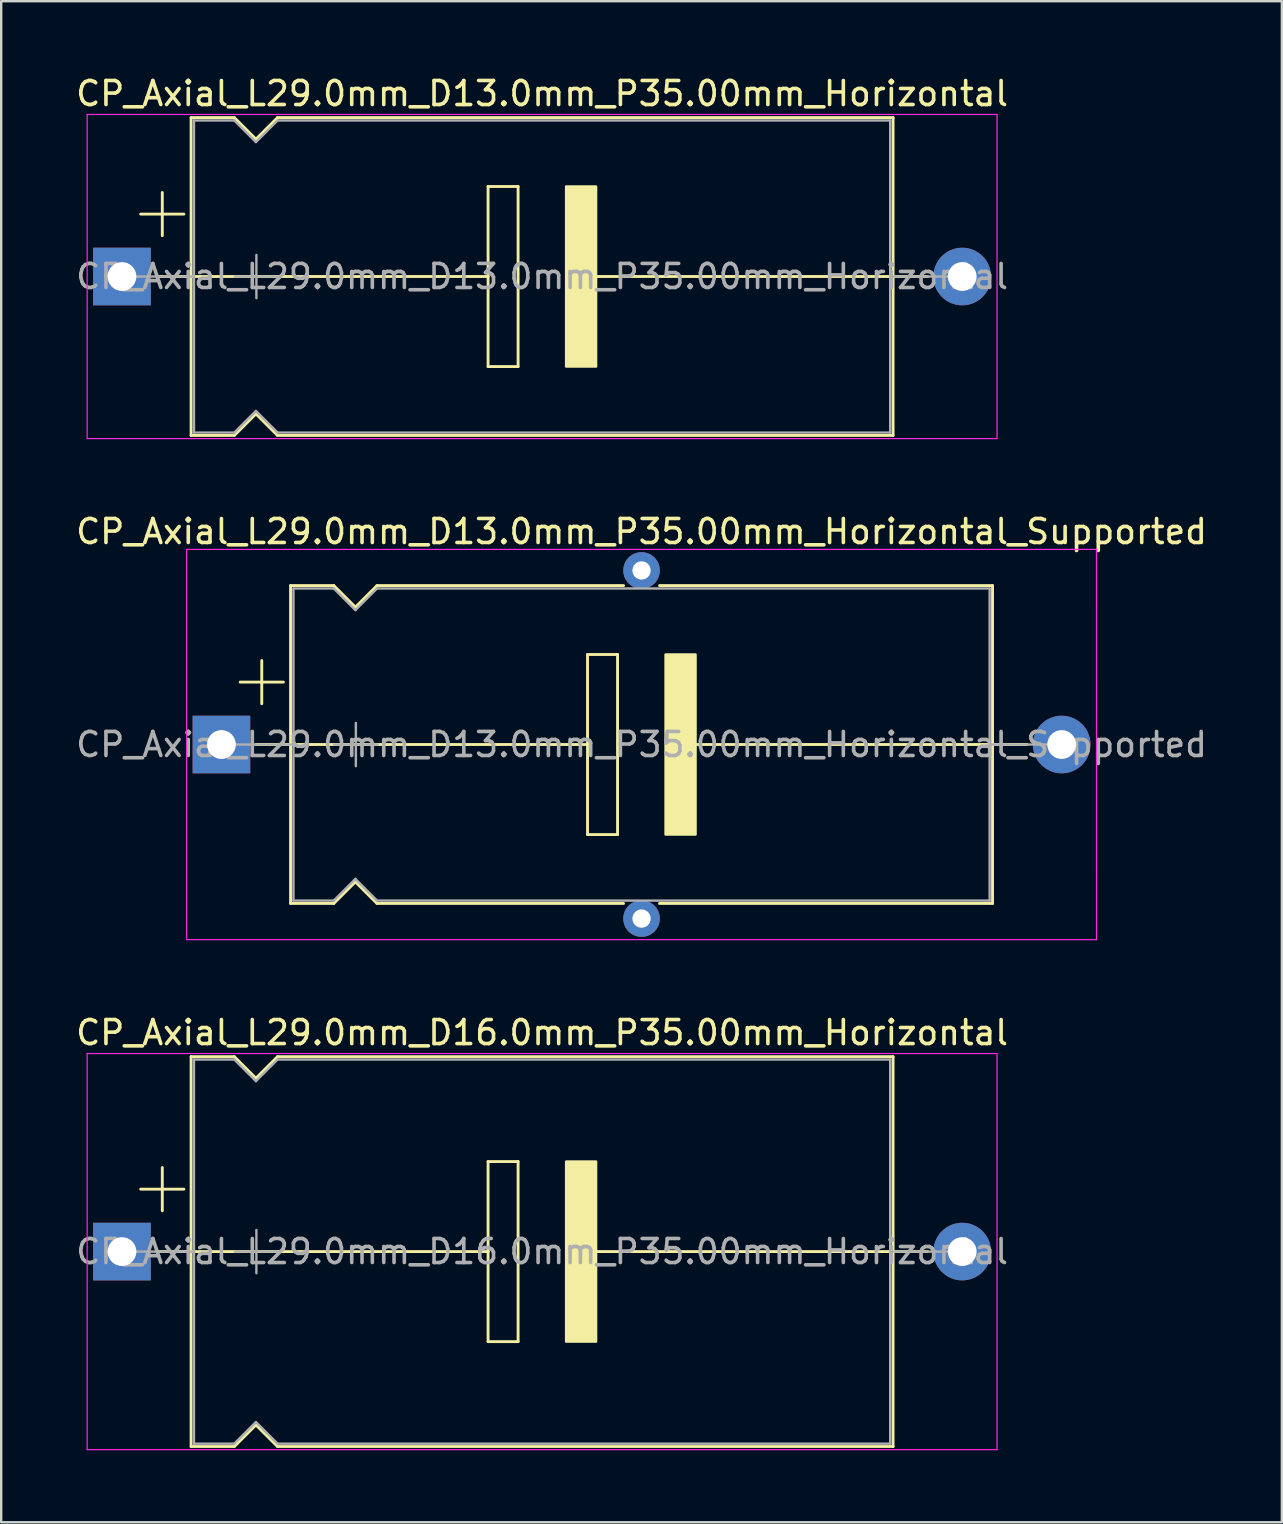
<source format=kicad_pcb>
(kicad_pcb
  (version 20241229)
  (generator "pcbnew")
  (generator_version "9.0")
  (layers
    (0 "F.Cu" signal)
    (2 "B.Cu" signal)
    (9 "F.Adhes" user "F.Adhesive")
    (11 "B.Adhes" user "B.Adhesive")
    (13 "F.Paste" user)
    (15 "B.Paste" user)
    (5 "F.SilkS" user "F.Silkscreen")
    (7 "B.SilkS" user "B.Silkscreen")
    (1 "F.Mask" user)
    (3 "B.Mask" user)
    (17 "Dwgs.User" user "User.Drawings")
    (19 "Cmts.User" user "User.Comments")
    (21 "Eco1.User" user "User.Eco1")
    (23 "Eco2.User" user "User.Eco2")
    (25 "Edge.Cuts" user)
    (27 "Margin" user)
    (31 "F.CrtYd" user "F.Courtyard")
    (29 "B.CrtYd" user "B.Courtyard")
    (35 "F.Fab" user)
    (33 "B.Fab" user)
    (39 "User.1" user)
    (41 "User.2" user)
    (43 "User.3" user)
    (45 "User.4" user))
  (footprint "CP_Axial_L29.0mm_D13.0mm_P35.00mm_Horizontal"
    (layer "F.Cu")
    (at 2.03 8.468)
    (property "Reference" "CP_Axial_L29.0mm_D13.0mm_P35.00mm_Horizontal" (at 17.5 -7.62 0) (layer "F.SilkS") (effects (font (size 1 1) (thickness 0.15))))
    (attr through_hole)
    (fp_line (start 0.78 -2.6) (end 2.58 -2.6) (stroke (width 0.12) (type solid)) (layer "F.SilkS"))
    (fp_line (start 1.44 0) (end 2.88 0) (stroke (width 0.12) (type solid)) (layer "F.SilkS"))
    (fp_line (start 1.68 -3.5) (end 1.68 -1.7) (stroke (width 0.12) (type solid)) (layer "F.SilkS"))
    (fp_line (start 2.88 -6.62) (end 2.88 6.62) (stroke (width 0.12) (type solid)) (layer "F.SilkS"))
    (fp_line (start 2.88 -6.62) (end 4.68 -6.62) (stroke (width 0.12) (type solid)) (layer "F.SilkS"))
    (fp_line (start 2.88 0) (end 15.25 0) (stroke (width 0.12) (type solid)) (layer "F.SilkS"))
    (fp_line (start 2.88 6.62) (end 4.68 6.62) (stroke (width 0.12) (type solid)) (layer "F.SilkS"))
    (fp_line (start 4.68 -6.62) (end 5.58 -5.72) (stroke (width 0.12) (type solid)) (layer "F.SilkS"))
    (fp_line (start 4.68 6.62) (end 5.58 5.72) (stroke (width 0.12) (type solid)) (layer "F.SilkS"))
    (fp_line (start 5.58 -5.72) (end 6.48 -6.62) (stroke (width 0.12) (type solid)) (layer "F.SilkS"))
    (fp_line (start 5.58 5.72) (end 6.48 6.62) (stroke (width 0.12) (type solid)) (layer "F.SilkS"))
    (fp_line (start 6.48 -6.62) (end 32.12 -6.62) (stroke (width 0.12) (type solid)) (layer "F.SilkS"))
    (fp_line (start 6.48 6.62) (end 32.12 6.62) (stroke (width 0.12) (type solid)) (layer "F.SilkS"))
    (fp_line (start 15.25 -3.75) (end 16.5 -3.75) (stroke (width 0.12) (type solid)) (layer "F.SilkS"))
    (fp_line (start 15.25 0) (end 15.25 -3.75) (stroke (width 0.12) (type solid)) (layer "F.SilkS"))
    (fp_line (start 15.25 3.75) (end 15.25 0) (stroke (width 0.12) (type solid)) (layer "F.SilkS"))
    (fp_line (start 16.5 -3.75) (end 16.5 3.75) (stroke (width 0.12) (type solid)) (layer "F.SilkS"))
    (fp_line (start 16.5 3.75) (end 15.25 3.75) (stroke (width 0.12) (type solid)) (layer "F.SilkS"))
    (fp_line (start 19.75 0) (end 32.12 0) (stroke (width 0.12) (type solid)) (layer "F.SilkS"))
    (fp_line (start 32.12 -6.62) (end 32.12 6.62) (stroke (width 0.12) (type solid)) (layer "F.SilkS"))
    (fp_line (start 33.56 0) (end 32.12 0) (stroke (width 0.12) (type solid)) (layer "F.SilkS"))
    (fp_poly (pts (xy 19.75 3.75) (xy 18.5 3.75) (xy 18.5 -3.75) (xy 19.75 -3.75)) (stroke (width 0.1) (type solid)) (fill yes) (layer "F.SilkS"))
    (fp_line (start -1.45 -6.75) (end -1.45 6.75) (stroke (width 0.05) (type solid)) (layer "F.CrtYd"))
    (fp_line (start -1.45 6.75) (end 36.45 6.75) (stroke (width 0.05) (type solid)) (layer "F.CrtYd"))
    (fp_line (start 36.45 -6.75) (end -1.45 -6.75) (stroke (width 0.05) (type solid)) (layer "F.CrtYd"))
    (fp_line (start 36.45 6.75) (end 36.45 -6.75) (stroke (width 0.05) (type solid)) (layer "F.CrtYd"))
    (fp_line (start 0 0) (end 3 0) (stroke (width 0.1) (type solid)) (layer "F.Fab"))
    (fp_line (start 3 -6.5) (end 3 6.5) (stroke (width 0.1) (type solid)) (layer "F.Fab"))
    (fp_line (start 3 -6.5) (end 4.68 -6.5) (stroke (width 0.1) (type solid)) (layer "F.Fab"))
    (fp_line (start 3 6.5) (end 4.68 6.5) (stroke (width 0.1) (type solid)) (layer "F.Fab"))
    (fp_line (start 4.68 -6.5) (end 5.58 -5.6) (stroke (width 0.1) (type solid)) (layer "F.Fab"))
    (fp_line (start 4.68 6.5) (end 5.58 5.6) (stroke (width 0.1) (type solid)) (layer "F.Fab"))
    (fp_line (start 4.7 0) (end 6.5 0) (stroke (width 0.1) (type solid)) (layer "F.Fab"))
    (fp_line (start 5.58 -5.6) (end 6.48 -6.5) (stroke (width 0.1) (type solid)) (layer "F.Fab"))
    (fp_line (start 5.58 5.6) (end 6.48 6.5) (stroke (width 0.1) (type solid)) (layer "F.Fab"))
    (fp_line (start 5.6 -0.9) (end 5.6 0.9) (stroke (width 0.1) (type solid)) (layer "F.Fab"))
    (fp_line (start 6.48 -6.5) (end 32 -6.5) (stroke (width 0.1) (type solid)) (layer "F.Fab"))
    (fp_line (start 6.48 6.5) (end 32 6.5) (stroke (width 0.1) (type solid)) (layer "F.Fab"))
    (fp_line (start 32 -6.5) (end 32 6.5) (stroke (width 0.1) (type solid)) (layer "F.Fab"))
    (fp_line (start 35 0) (end 32 0) (stroke (width 0.1) (type solid)) (layer "F.Fab"))
    (fp_text user "${REFERENCE}" (at 17.5 0 0) (layer "F.Fab") (effects (font (size 1 1) (thickness 0.15))))
    (pad "1" thru_hole rect (at 0 0) (size 2.4 2.4) (drill 1.2) (layers "*.Cu" "*.Mask"))
    (pad "2" thru_hole oval (at 35 0) (size 2.4 2.4) (drill 1.2) (layers "*.Cu" "*.Mask")))
  (footprint "CP_Axial_L29.0mm_D13.0mm_P35.00mm_Horizontal_Supported"
    (layer "F.Cu")
    (at 6.173 27.962)
    (property "Reference" "CP_Axial_L29.0mm_D13.0mm_P35.00mm_Horizontal_Supported" (at 17.5 -8.87 0) (layer "F.SilkS") (effects (font (size 1 1) (thickness 0.15))))
    (attr through_hole)
    (fp_line (start 0.78 -2.6) (end 2.58 -2.6) (stroke (width 0.12) (type solid)) (layer "F.SilkS"))
    (fp_line (start 1.44 0) (end 2.88 0) (stroke (width 0.12) (type solid)) (layer "F.SilkS"))
    (fp_line (start 1.68 -3.5) (end 1.68 -1.7) (stroke (width 0.12) (type solid)) (layer "F.SilkS"))
    (fp_line (start 2.88 -6.62) (end 2.88 6.62) (stroke (width 0.12) (type solid)) (layer "F.SilkS"))
    (fp_line (start 2.88 -6.62) (end 4.68 -6.62) (stroke (width 0.12) (type solid)) (layer "F.SilkS"))
    (fp_line (start 2.88 0) (end 15.25 0) (stroke (width 0.12) (type solid)) (layer "F.SilkS"))
    (fp_line (start 2.88 6.62) (end 4.68 6.62) (stroke (width 0.12) (type solid)) (layer "F.SilkS"))
    (fp_line (start 4.68 -6.62) (end 5.58 -5.72) (stroke (width 0.12) (type solid)) (layer "F.SilkS"))
    (fp_line (start 4.68 6.62) (end 5.58 5.72) (stroke (width 0.12) (type solid)) (layer "F.SilkS"))
    (fp_line (start 5.58 -5.72) (end 6.48 -6.62) (stroke (width 0.12) (type solid)) (layer "F.SilkS"))
    (fp_line (start 5.58 5.72) (end 6.48 6.62) (stroke (width 0.12) (type solid)) (layer "F.SilkS"))
    (fp_line (start 6.48 -6.62) (end 16.75 -6.62) (stroke (width 0.12) (type solid)) (layer "F.SilkS"))
    (fp_line (start 6.48 6.62) (end 16.75 6.62) (stroke (width 0.12) (type solid)) (layer "F.SilkS"))
    (fp_line (start 15.25 -3.75) (end 16.5 -3.75) (stroke (width 0.12) (type solid)) (layer "F.SilkS"))
    (fp_line (start 15.25 0) (end 15.25 -3.75) (stroke (width 0.12) (type solid)) (layer "F.SilkS"))
    (fp_line (start 15.25 3.75) (end 15.25 0) (stroke (width 0.12) (type solid)) (layer "F.SilkS"))
    (fp_line (start 16.5 -3.75) (end 16.5 3.75) (stroke (width 0.12) (type solid)) (layer "F.SilkS"))
    (fp_line (start 16.5 3.75) (end 15.25 3.75) (stroke (width 0.12) (type solid)) (layer "F.SilkS"))
    (fp_line (start 18.25 -6.62) (end 32.12 -6.62) (stroke (width 0.12) (type solid)) (layer "F.SilkS"))
    (fp_line (start 18.25 6.62) (end 32.12 6.62) (stroke (width 0.12) (type solid)) (layer "F.SilkS"))
    (fp_line (start 19.75 0) (end 32.12 0) (stroke (width 0.12) (type solid)) (layer "F.SilkS"))
    (fp_line (start 32.12 -6.62) (end 32.12 6.62) (stroke (width 0.12) (type solid)) (layer "F.SilkS"))
    (fp_line (start 33.56 0) (end 32.12 0) (stroke (width 0.12) (type solid)) (layer "F.SilkS"))
    (fp_poly (pts (xy 19.75 3.75) (xy 18.5 3.75) (xy 18.5 -3.75) (xy 19.75 -3.75)) (stroke (width 0.1) (type solid)) (fill yes) (layer "F.SilkS"))
    (fp_line (start -1.45 -8.128) (end -1.45 8.128) (stroke (width 0.05) (type solid)) (layer "F.CrtYd"))
    (fp_line (start -1.45 8.128) (end 36.45 8.128) (stroke (width 0.05) (type solid)) (layer "F.CrtYd"))
    (fp_line (start 36.45 -8.128) (end -1.45 -8.128) (stroke (width 0.05) (type solid)) (layer "F.CrtYd"))
    (fp_line (start 36.45 8.128) (end 36.449 -8.128) (stroke (width 0.05) (type solid)) (layer "F.CrtYd"))
    (fp_line (start 0 0) (end 3 0) (stroke (width 0.1) (type solid)) (layer "F.Fab"))
    (fp_line (start 3 -6.5) (end 3 6.5) (stroke (width 0.1) (type solid)) (layer "F.Fab"))
    (fp_line (start 3 -6.5) (end 4.68 -6.5) (stroke (width 0.1) (type solid)) (layer "F.Fab"))
    (fp_line (start 3 6.5) (end 4.68 6.5) (stroke (width 0.1) (type solid)) (layer "F.Fab"))
    (fp_line (start 4.68 -6.5) (end 5.58 -5.6) (stroke (width 0.1) (type solid)) (layer "F.Fab"))
    (fp_line (start 4.68 6.5) (end 5.58 5.6) (stroke (width 0.1) (type solid)) (layer "F.Fab"))
    (fp_line (start 4.7 0) (end 6.5 0) (stroke (width 0.1) (type solid)) (layer "F.Fab"))
    (fp_line (start 5.58 -5.6) (end 6.48 -6.5) (stroke (width 0.1) (type solid)) (layer "F.Fab"))
    (fp_line (start 5.58 5.6) (end 6.48 6.5) (stroke (width 0.1) (type solid)) (layer "F.Fab"))
    (fp_line (start 5.6 -0.9) (end 5.6 0.9) (stroke (width 0.1) (type solid)) (layer "F.Fab"))
    (fp_line (start 6.48 -6.5) (end 32 -6.5) (stroke (width 0.1) (type solid)) (layer "F.Fab"))
    (fp_line (start 6.48 6.5) (end 32 6.5) (stroke (width 0.1) (type solid)) (layer "F.Fab"))
    (fp_line (start 32 -6.5) (end 32 6.5) (stroke (width 0.1) (type solid)) (layer "F.Fab"))
    (fp_line (start 35 0) (end 32 0) (stroke (width 0.1) (type solid)) (layer "F.Fab"))
    (fp_text user "${REFERENCE}" (at 17.5 0 0) (layer "F.Fab") (effects (font (size 1 1) (thickness 0.15))))
    (pad "" thru_hole circle (at 17.5 -7.25) (size 1.524 1.524) (drill 0.762) (layers "*.Cu" "*.Mask"))
    (pad "" thru_hole circle (at 17.5 7.25) (size 1.524 1.524) (drill 0.762) (layers "*.Cu" "*.Mask"))
    (pad "1" thru_hole rect (at 0 0) (size 2.4 2.4) (drill 1.2) (layers "*.Cu" "*.Mask"))
    (pad "2" thru_hole oval (at 35 0) (size 2.4 2.4) (drill 1.2) (layers "*.Cu" "*.Mask")))
  (footprint "CP_Axial_L29.0mm_D16.0mm_P35.00mm_Horizontal"
    (layer "F.Cu")
    (at 2.03 49.083)
    (property "Reference" "CP_Axial_L29.0mm_D16.0mm_P35.00mm_Horizontal" (at 17.5 -9.12 0) (layer "F.SilkS") (effects (font (size 1 1) (thickness 0.15))))
    (attr through_hole)
    (fp_line (start 0.78 -2.6) (end 2.58 -2.6) (stroke (width 0.12) (type solid)) (layer "F.SilkS"))
    (fp_line (start 1.44 0) (end 2.88 0) (stroke (width 0.12) (type solid)) (layer "F.SilkS"))
    (fp_line (start 1.68 -3.5) (end 1.68 -1.7) (stroke (width 0.12) (type solid)) (layer "F.SilkS"))
    (fp_line (start 2.88 -8.12) (end 2.88 8.12) (stroke (width 0.12) (type solid)) (layer "F.SilkS"))
    (fp_line (start 2.88 -8.12) (end 4.68 -8.12) (stroke (width 0.12) (type solid)) (layer "F.SilkS"))
    (fp_line (start 2.88 0) (end 15.25 0) (stroke (width 0.12) (type solid)) (layer "F.SilkS"))
    (fp_line (start 2.88 8.12) (end 4.68 8.12) (stroke (width 0.12) (type solid)) (layer "F.SilkS"))
    (fp_line (start 4.68 -8.12) (end 5.58 -7.22) (stroke (width 0.12) (type solid)) (layer "F.SilkS"))
    (fp_line (start 4.68 8.12) (end 5.58 7.22) (stroke (width 0.12) (type solid)) (layer "F.SilkS"))
    (fp_line (start 5.58 -7.22) (end 6.48 -8.12) (stroke (width 0.12) (type solid)) (layer "F.SilkS"))
    (fp_line (start 5.58 7.22) (end 6.48 8.12) (stroke (width 0.12) (type solid)) (layer "F.SilkS"))
    (fp_line (start 6.48 -8.12) (end 32.12 -8.12) (stroke (width 0.12) (type solid)) (layer "F.SilkS"))
    (fp_line (start 6.48 8.12) (end 32.12 8.12) (stroke (width 0.12) (type solid)) (layer "F.SilkS"))
    (fp_line (start 15.25 -3.75) (end 16.5 -3.75) (stroke (width 0.12) (type solid)) (layer "F.SilkS"))
    (fp_line (start 15.25 0) (end 15.25 -3.75) (stroke (width 0.12) (type solid)) (layer "F.SilkS"))
    (fp_line (start 15.25 3.75) (end 15.25 0) (stroke (width 0.12) (type solid)) (layer "F.SilkS"))
    (fp_line (start 16.5 -3.75) (end 16.5 3.75) (stroke (width 0.12) (type solid)) (layer "F.SilkS"))
    (fp_line (start 16.5 3.75) (end 15.25 3.75) (stroke (width 0.12) (type solid)) (layer "F.SilkS"))
    (fp_line (start 19.75 0) (end 32.12 0) (stroke (width 0.12) (type solid)) (layer "F.SilkS"))
    (fp_line (start 32.12 -8.12) (end 32.12 8.12) (stroke (width 0.12) (type solid)) (layer "F.SilkS"))
    (fp_line (start 33.56 0) (end 32.12 0) (stroke (width 0.12) (type solid)) (layer "F.SilkS"))
    (fp_poly (pts (xy 19.75 3.75) (xy 18.5 3.75) (xy 18.5 -3.75) (xy 19.75 -3.75)) (stroke (width 0.1) (type solid)) (fill yes) (layer "F.SilkS"))
    (fp_line (start -1.45 -8.25) (end -1.45 8.25) (stroke (width 0.05) (type solid)) (layer "F.CrtYd"))
    (fp_line (start -1.45 8.25) (end 36.45 8.25) (stroke (width 0.05) (type solid)) (layer "F.CrtYd"))
    (fp_line (start 36.45 -8.25) (end -1.45 -8.25) (stroke (width 0.05) (type solid)) (layer "F.CrtYd"))
    (fp_line (start 36.45 8.25) (end 36.45 -8.25) (stroke (width 0.05) (type solid)) (layer "F.CrtYd"))
    (fp_line (start 0 0) (end 3 0) (stroke (width 0.1) (type solid)) (layer "F.Fab"))
    (fp_line (start 3 -8) (end 3 8) (stroke (width 0.1) (type solid)) (layer "F.Fab"))
    (fp_line (start 3 -8) (end 4.68 -8) (stroke (width 0.1) (type solid)) (layer "F.Fab"))
    (fp_line (start 3 8) (end 4.68 8) (stroke (width 0.1) (type solid)) (layer "F.Fab"))
    (fp_line (start 4.68 -8) (end 5.58 -7.1) (stroke (width 0.1) (type solid)) (layer "F.Fab"))
    (fp_line (start 4.68 8) (end 5.58 7.1) (stroke (width 0.1) (type solid)) (layer "F.Fab"))
    (fp_line (start 4.7 0) (end 6.5 0) (stroke (width 0.1) (type solid)) (layer "F.Fab"))
    (fp_line (start 5.58 -7.1) (end 6.48 -8) (stroke (width 0.1) (type solid)) (layer "F.Fab"))
    (fp_line (start 5.58 7.1) (end 6.48 8) (stroke (width 0.1) (type solid)) (layer "F.Fab"))
    (fp_line (start 5.6 -0.9) (end 5.6 0.9) (stroke (width 0.1) (type solid)) (layer "F.Fab"))
    (fp_line (start 6.48 -8) (end 32 -8) (stroke (width 0.1) (type solid)) (layer "F.Fab"))
    (fp_line (start 6.48 8) (end 32 8) (stroke (width 0.1) (type solid)) (layer "F.Fab"))
    (fp_line (start 32 -8) (end 32 8) (stroke (width 0.1) (type solid)) (layer "F.Fab"))
    (fp_line (start 35 0) (end 32 0) (stroke (width 0.1) (type solid)) (layer "F.Fab"))
    (fp_text user "${REFERENCE}" (at 17.5 0 0) (layer "F.Fab") (effects (font (size 1 1) (thickness 0.15))))
    (pad "1" thru_hole rect (at 0 0) (size 2.4 2.4) (drill 1.2) (layers "*.Cu" "*.Mask"))
    (pad "2" thru_hole oval (at 35 0) (size 2.4 2.4) (drill 1.2) (layers "*.Cu" "*.Mask")))
  (gr_rect
    (start -3 -3)
    (end 50.345 60.358)
    (stroke (width 0.1) (type default))
    (fill no)
    (layer "Edge.Cuts")))
</source>
